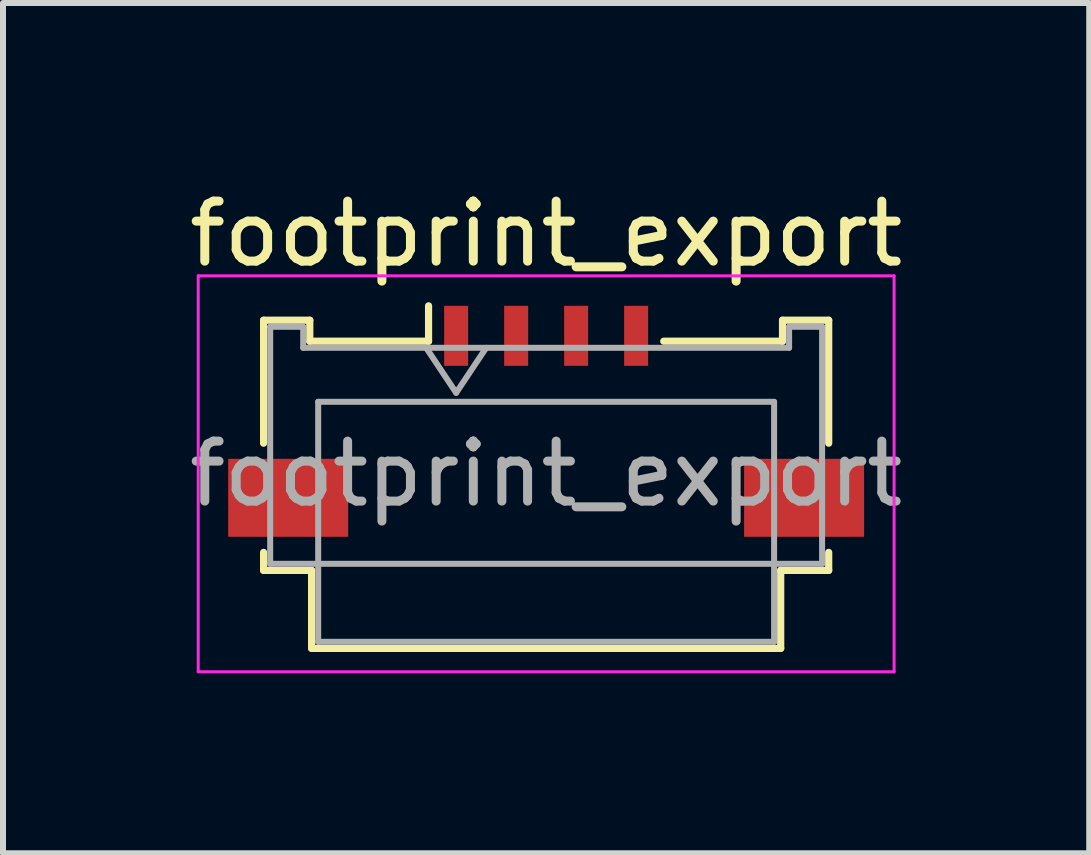
<source format=kicad_pcb>
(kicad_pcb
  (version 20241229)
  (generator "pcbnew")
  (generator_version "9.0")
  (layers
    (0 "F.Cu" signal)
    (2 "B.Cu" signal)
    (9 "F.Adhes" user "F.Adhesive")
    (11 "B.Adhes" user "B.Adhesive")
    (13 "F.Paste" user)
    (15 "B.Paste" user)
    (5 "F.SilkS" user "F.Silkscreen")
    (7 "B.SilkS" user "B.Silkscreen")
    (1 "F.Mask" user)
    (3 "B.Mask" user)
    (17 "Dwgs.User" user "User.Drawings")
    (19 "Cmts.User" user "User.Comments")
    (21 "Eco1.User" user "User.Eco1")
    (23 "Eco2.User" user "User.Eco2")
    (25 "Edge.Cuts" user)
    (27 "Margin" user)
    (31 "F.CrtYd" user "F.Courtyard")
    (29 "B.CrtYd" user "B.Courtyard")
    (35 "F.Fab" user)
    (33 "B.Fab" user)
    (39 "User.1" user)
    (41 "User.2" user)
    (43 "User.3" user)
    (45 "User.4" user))
  (footprint "footprint_export"
    (layer "F.Cu")
    (at 6.054 3.458)
    (property "Reference" "footprint_export" (at 0 -2.61 0) (layer "F.SilkS") (effects (font (size 1 1) (thickness 0.15))))
    (attr smd)
    (fp_line (start -4.71 -1.17) (end -4.71 0.88) (stroke (width 0.12) (type solid)) (layer "F.SilkS"))
    (fp_line (start -4.71 2.7) (end -4.71 3) (stroke (width 0.12) (type solid)) (layer "F.SilkS"))
    (fp_line (start -4.71 3) (end -3.91 3) (stroke (width 0.12) (type solid)) (layer "F.SilkS"))
    (fp_line (start -3.94 -1.17) (end -4.71 -1.17) (stroke (width 0.12) (type solid)) (layer "F.SilkS"))
    (fp_line (start -3.94 -0.82) (end -3.94 -1.17) (stroke (width 0.12) (type solid)) (layer "F.SilkS"))
    (fp_line (start -3.91 3) (end -3.91 4.3) (stroke (width 0.12) (type solid)) (layer "F.SilkS"))
    (fp_line (start -3.91 4.3) (end 3.91 4.3) (stroke (width 0.12) (type solid)) (layer "F.SilkS"))
    (fp_line (start -1.96 -1.41) (end -1.96 -0.82) (stroke (width 0.12) (type solid)) (layer "F.SilkS"))
    (fp_line (start -1.96 -0.82) (end -3.94 -0.82) (stroke (width 0.12) (type solid)) (layer "F.SilkS"))
    (fp_line (start 3.91 3) (end 4.71 3) (stroke (width 0.12) (type solid)) (layer "F.SilkS"))
    (fp_line (start 3.91 4.3) (end 3.91 3) (stroke (width 0.12) (type solid)) (layer "F.SilkS"))
    (fp_line (start 3.94 -1.17) (end 3.94 -0.82) (stroke (width 0.12) (type solid)) (layer "F.SilkS"))
    (fp_line (start 3.94 -0.82) (end 1.96 -0.82) (stroke (width 0.12) (type solid)) (layer "F.SilkS"))
    (fp_line (start 4.71 -1.17) (end 3.94 -1.17) (stroke (width 0.12) (type solid)) (layer "F.SilkS"))
    (fp_line (start 4.71 0.88) (end 4.71 -1.17) (stroke (width 0.12) (type solid)) (layer "F.SilkS"))
    (fp_line (start 4.71 3) (end 4.71 2.7) (stroke (width 0.12) (type solid)) (layer "F.SilkS"))
    (fp_line (start -5.8 -1.91) (end -5.8 4.69) (stroke (width 0.05) (type solid)) (layer "F.CrtYd"))
    (fp_line (start -5.8 4.69) (end 5.8 4.69) (stroke (width 0.05) (type solid)) (layer "F.CrtYd"))
    (fp_line (start 5.8 -1.91) (end -5.8 -1.91) (stroke (width 0.05) (type solid)) (layer "F.CrtYd"))
    (fp_line (start 5.8 4.69) (end 5.8 -1.91) (stroke (width 0.05) (type solid)) (layer "F.CrtYd"))
    (fp_line (start -4.6 -1.06) (end -4.6 2.89) (stroke (width 0.1) (type solid)) (layer "F.Fab"))
    (fp_line (start -4.6 2.89) (end 4.6 2.89) (stroke (width 0.1) (type solid)) (layer "F.Fab"))
    (fp_line (start -4.05 -1.06) (end -4.6 -1.06) (stroke (width 0.1) (type solid)) (layer "F.Fab"))
    (fp_line (start -4.05 -0.71) (end -4.05 -1.06) (stroke (width 0.1) (type solid)) (layer "F.Fab"))
    (fp_line (start -3.8 0.19) (end -3.8 4.19) (stroke (width 0.1) (type solid)) (layer "F.Fab"))
    (fp_line (start -3.8 4.19) (end 3.8 4.19) (stroke (width 0.1) (type solid)) (layer "F.Fab"))
    (fp_line (start -2 -0.71) (end -1.5 0.04) (stroke (width 0.1) (type solid)) (layer "F.Fab"))
    (fp_line (start -1.5 0.04) (end -1 -0.71) (stroke (width 0.1) (type solid)) (layer "F.Fab"))
    (fp_line (start 3.8 0.19) (end -3.8 0.19) (stroke (width 0.1) (type solid)) (layer "F.Fab"))
    (fp_line (start 3.8 4.19) (end 3.8 0.19) (stroke (width 0.1) (type solid)) (layer "F.Fab"))
    (fp_line (start 4.05 -1.06) (end 4.05 -0.71) (stroke (width 0.1) (type solid)) (layer "F.Fab"))
    (fp_line (start 4.05 -0.71) (end -4.05 -0.71) (stroke (width 0.1) (type solid)) (layer "F.Fab"))
    (fp_line (start 4.6 -1.06) (end 4.05 -1.06) (stroke (width 0.1) (type solid)) (layer "F.Fab"))
    (fp_line (start 4.6 2.89) (end 4.6 -1.06) (stroke (width 0.1) (type solid)) (layer "F.Fab"))
    (fp_text user "${REFERENCE}" (at 0 1.39 0) (layer "F.Fab") (effects (font (size 1 1) (thickness 0.15))))
    (pad "1" smd rect (at -1.5 -0.91) (size 0.4 1) (layers "F.Cu" "F.Mask" "F.Paste"))
    (pad "2" smd rect (at -0.5 -0.91) (size 0.4 1) (layers "F.Cu" "F.Mask" "F.Paste"))
    (pad "3" smd rect (at 0.5 -0.91) (size 0.4 1) (layers "F.Cu" "F.Mask" "F.Paste"))
    (pad "4" smd rect (at 1.5 -0.91) (size 0.4 1) (layers "F.Cu" "F.Mask" "F.Paste"))
    (pad "MP" smd rect (at -4.3 1.79) (size 2 1.3) (layers "F.Cu" "F.Mask" "F.Paste"))
    (pad "MP" smd rect (at 4.3 1.79) (size 2 1.3) (layers "F.Cu" "F.Mask" "F.Paste")))
  (gr_rect
    (start -3 -3)
    (end 15.107 11.173)
    (stroke (width 0.1) (type default))
    (fill no)
    (layer "Edge.Cuts")))
</source>
